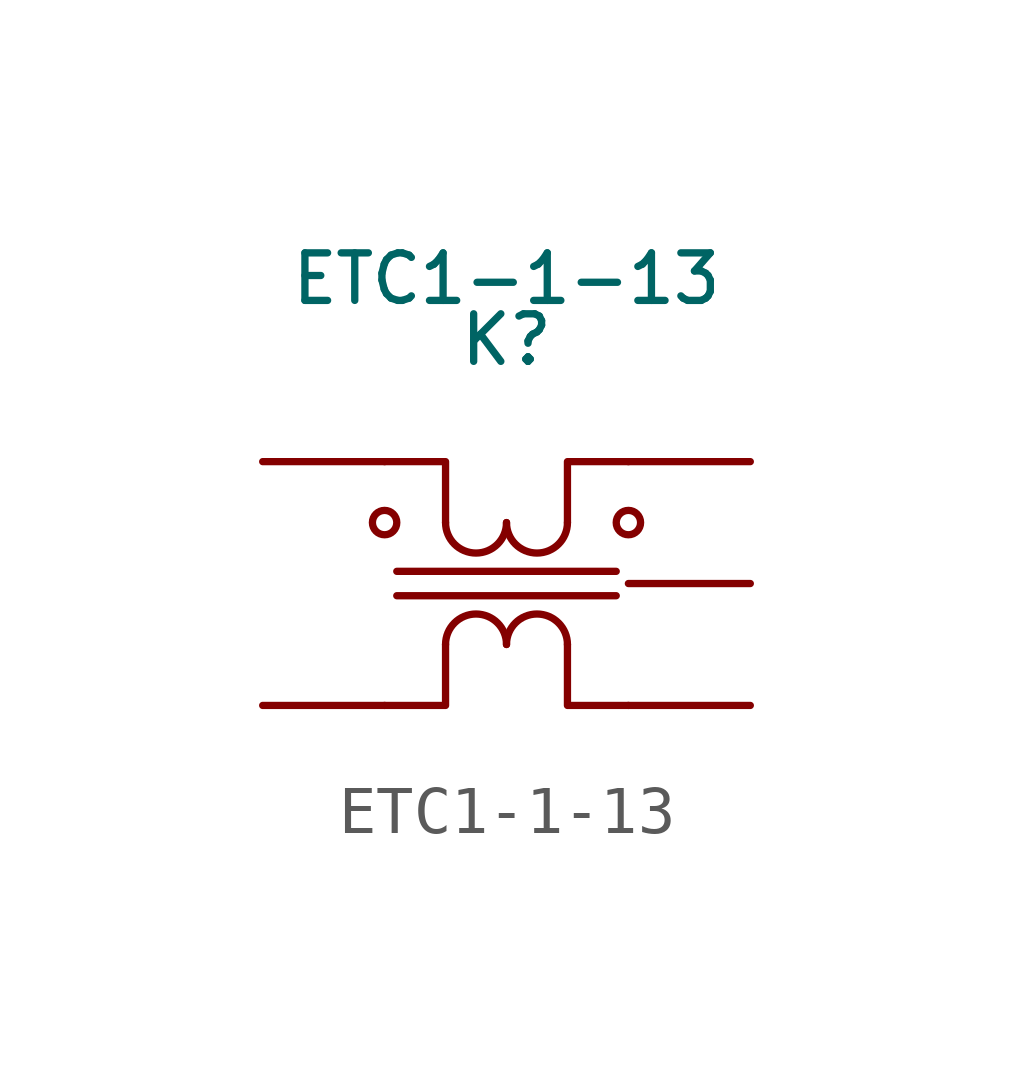
<source format=kicad_sym>
(kicad_symbol_lib
  (version 20220914)
  (generator kicad_symbol_editor)
  (symbol "ETC1-1-13"
    (pin_numbers hide)
    (pin_names
      (offset 1.016) hide)
    (property "Reference" "K"
      (at 0 5.08 0)
      (effects (font (size 0.991 0.991))))
    (property "Value" "ETC1-1-13"
      (at 0 6.35 0)
      (effects (font (size 0.991 0.991))))
    (symbol "ETC1-1-13_0_1"
      (circle (center -2.54 1.27) (radius 0.254) (stroke (width 0) (type default)) (fill (type none)))
      (arc (start -1.27 1.27) (mid -0.635 0.6377) (end 0 1.27) (stroke (width 0) (type default)) (fill (type none)))
      (arc (start 0 -1.27) (mid -0.635 -0.6377) (end -1.27 -1.27) (stroke (width 0) (type default)) (fill (type none)))
      (polyline (pts (xy -2.286 -0.254) (xy 2.286 -0.254)) (stroke (width 0) (type default)) (fill (type none)))
      (polyline (pts (xy -2.286 0.254) (xy 2.286 0.254)) (stroke (width 0) (type default)) (fill (type none)))
      (polyline (pts (xy -2.54 -2.54) (xy -1.27 -2.54) (xy -1.27 -1.27)) (stroke (width 0) (type default)) (fill (type none)))
      (polyline (pts (xy -2.54 2.54) (xy -1.27 2.54) (xy -1.27 1.27)) (stroke (width 0) (type default)) (fill (type none)))
      (polyline (pts (xy 1.27 -1.27) (xy 1.27 -2.54) (xy 2.54 -2.54)) (stroke (width 0) (type default)) (fill (type none)))
      (polyline (pts (xy 1.27 1.27) (xy 1.27 2.54) (xy 2.54 2.54)) (stroke (width 0) (type default)) (fill (type none)))
      (arc (start 0 1.27) (mid 0.635 0.6377) (end 1.27 1.27) (stroke (width 0) (type default)) (fill (type none)))
      (arc (start 1.27 -1.27) (mid 0.635 -0.6377) (end 0 -1.27) (stroke (width 0) (type default)) (fill (type none)))
      (circle (center 2.54 1.27) (radius 0.254) (stroke (width 0) (type default)) (fill (type none))))
    (symbol "ETC1-1-13_1_1"
      (pin passive line (at -5.08 2.54 0) (length 2.54) (name "PRI1" (effects (font (size 0.991 0.991)))) (number "1" (effects (font (size 0.991 0.991)))))
      (pin passive line (at -5.08 -2.54 0) (length 2.54) (name "~" (effects (font (size 0.991 0.991)))) (number "2" (effects (font (size 0.991 0.991)))))
      (pin passive line (at 5.08 -2.54 180) (length 2.54) (name "~" (effects (font (size 0.991 0.991)))) (number "3" (effects (font (size 0.991 0.991)))))
      (pin passive line (at 5.08 0 180) (length 2.54) (name "~" (effects (font (size 0.991 0.991)))) (number "4" (effects (font (size 0.991 0.991)))))
      (pin passive line (at 5.08 2.54 180) (length 2.54) (name "~" (effects (font (size 0.991 0.991)))) (number "5" (effects (font (size 0.991 0.991))))))))
</source>
